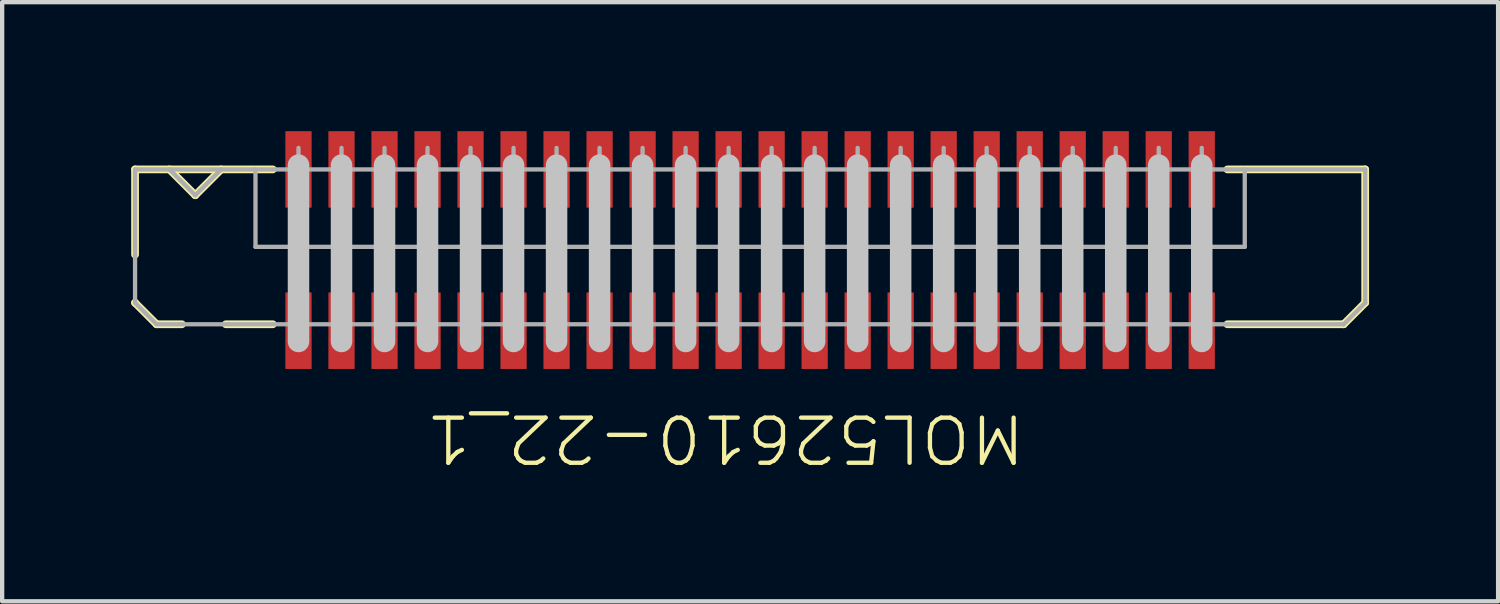
<source format=kicad_pcb>
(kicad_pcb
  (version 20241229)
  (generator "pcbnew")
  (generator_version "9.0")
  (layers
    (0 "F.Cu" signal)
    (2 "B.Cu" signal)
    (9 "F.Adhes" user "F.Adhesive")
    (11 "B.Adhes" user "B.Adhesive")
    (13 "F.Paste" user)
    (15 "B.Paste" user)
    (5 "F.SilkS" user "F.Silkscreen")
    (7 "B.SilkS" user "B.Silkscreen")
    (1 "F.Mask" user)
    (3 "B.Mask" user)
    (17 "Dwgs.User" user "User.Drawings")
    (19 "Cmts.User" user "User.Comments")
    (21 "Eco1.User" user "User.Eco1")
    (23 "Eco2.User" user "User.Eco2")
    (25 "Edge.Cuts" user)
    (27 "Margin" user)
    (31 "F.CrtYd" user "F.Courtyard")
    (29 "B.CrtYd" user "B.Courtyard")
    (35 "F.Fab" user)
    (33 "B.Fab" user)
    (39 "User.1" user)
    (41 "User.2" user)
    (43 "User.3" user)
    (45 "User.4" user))
  (footprint "MOL52610-22_1"
    (layer "F.Cu")
    (at 14.39 0.889)
    (property "Reference" "MOL52610-22_1" (at -0.577 6.251 180) (unlocked yes) (layer "F.SilkS") (effects (font (size 1.05 1.104) (thickness 0.1))))
    (attr smd)
    (fp_line (start -14.3 0) (end -11.096 0) (stroke (width 0.18) (type solid)) (layer "F.SilkS"))
    (fp_line (start -14.3 1.981) (end -14.3 0) (stroke (width 0.18) (type solid)) (layer "F.SilkS"))
    (fp_line (start -14.3 3.1) (end -14.3 3.099) (stroke (width 0.18) (type solid)) (layer "F.SilkS"))
    (fp_line (start -14.3 3.1) (end -13.8 3.6) (stroke (width 0.18) (type solid)) (layer "F.SilkS"))
    (fp_line (start -13.8 3.6) (end -13.21 3.6) (stroke (width 0.18) (type solid)) (layer "F.SilkS"))
    (fp_line (start -13.5 0) (end -12.9 0.6) (stroke (width 0.18) (type solid)) (layer "F.SilkS"))
    (fp_line (start -12.9 0.6) (end -12.3 0) (stroke (width 0.18) (type solid)) (layer "F.SilkS"))
    (fp_line (start -12.19 3.6) (end -11.096 3.6) (stroke (width 0.18) (type solid)) (layer "F.SilkS"))
    (fp_line (start 11.096 0) (end 14.3 0) (stroke (width 0.18) (type solid)) (layer "F.SilkS"))
    (fp_line (start 11.096 3.6) (end 13.8 3.6) (stroke (width 0.18) (type solid)) (layer "F.SilkS"))
    (fp_line (start 13.8 3.6) (end 14.3 3.1) (stroke (width 0.18) (type solid)) (layer "F.SilkS"))
    (fp_line (start 14.3 3.1) (end 14.3 0) (stroke (width 0.18) (type solid)) (layer "F.SilkS"))
    (fp_line (start -10.5 4) (end -10.5 -0.1) (stroke (width 0.5) (type solid)) (layer "Dwgs.User"))
    (fp_line (start -9.5 4) (end -9.5 -0.1) (stroke (width 0.5) (type solid)) (layer "Dwgs.User"))
    (fp_line (start -8.5 4) (end -8.5 -0.1) (stroke (width 0.5) (type solid)) (layer "Dwgs.User"))
    (fp_line (start -7.5 4) (end -7.5 -0.1) (stroke (width 0.5) (type solid)) (layer "Dwgs.User"))
    (fp_line (start -6.5 4) (end -6.5 -0.1) (stroke (width 0.5) (type solid)) (layer "Dwgs.User"))
    (fp_line (start -5.5 4) (end -5.5 -0.1) (stroke (width 0.5) (type solid)) (layer "Dwgs.User"))
    (fp_line (start -4.5 4) (end -4.5 -0.1) (stroke (width 0.5) (type solid)) (layer "Dwgs.User"))
    (fp_line (start -3.5 4) (end -3.5 -0.1) (stroke (width 0.5) (type solid)) (layer "Dwgs.User"))
    (fp_line (start -2.5 4) (end -2.5 -0.1) (stroke (width 0.5) (type solid)) (layer "Dwgs.User"))
    (fp_line (start -1.5 4) (end -1.5 -0.1) (stroke (width 0.5) (type solid)) (layer "Dwgs.User"))
    (fp_line (start -0.5 4) (end -0.5 -0.1) (stroke (width 0.5) (type solid)) (layer "Dwgs.User"))
    (fp_line (start 0.5 4) (end 0.5 -0.1) (stroke (width 0.5) (type solid)) (layer "Dwgs.User"))
    (fp_line (start 1.5 4) (end 1.5 -0.1) (stroke (width 0.5) (type solid)) (layer "Dwgs.User"))
    (fp_line (start 2.5 4) (end 2.5 -0.1) (stroke (width 0.5) (type solid)) (layer "Dwgs.User"))
    (fp_line (start 3.5 4) (end 3.5 -0.1) (stroke (width 0.5) (type solid)) (layer "Dwgs.User"))
    (fp_line (start 4.5 4) (end 4.5 -0.1) (stroke (width 0.5) (type solid)) (layer "Dwgs.User"))
    (fp_line (start 5.5 4) (end 5.5 -0.1) (stroke (width 0.5) (type solid)) (layer "Dwgs.User"))
    (fp_line (start 6.5 4) (end 6.5 -0.1) (stroke (width 0.5) (type solid)) (layer "Dwgs.User"))
    (fp_line (start 7.5 4) (end 7.5 -0.1) (stroke (width 0.5) (type solid)) (layer "Dwgs.User"))
    (fp_line (start 8.5 4) (end 8.5 -0.1) (stroke (width 0.5) (type solid)) (layer "Dwgs.User"))
    (fp_line (start 9.5 4) (end 9.5 -0.1) (stroke (width 0.5) (type solid)) (layer "Dwgs.User"))
    (fp_line (start 10.5 4) (end 10.5 -0.1) (stroke (width 0.5) (type solid)) (layer "Dwgs.User"))
    (fp_line (start -14.3 0) (end 14.3 0) (stroke (width 0.1) (type solid)) (layer "F.Fab"))
    (fp_line (start -14.3 3.1) (end -14.3 0) (stroke (width 0.1) (type solid)) (layer "F.Fab"))
    (fp_line (start -14.3 3.1) (end -13.8 3.6) (stroke (width 0.1) (type solid)) (layer "F.Fab"))
    (fp_line (start -13.8 3.6) (end 13.8 3.6) (stroke (width 0.1) (type solid)) (layer "F.Fab"))
    (fp_line (start -13.5 0) (end -12.9 0.6) (stroke (width 0.1) (type solid)) (layer "F.Fab"))
    (fp_line (start -12.9 0.6) (end -12.3 0) (stroke (width 0.1) (type solid)) (layer "F.Fab"))
    (fp_line (start -11.5 1.8) (end -11.5 0) (stroke (width 0.1) (type solid)) (layer "F.Fab"))
    (fp_line (start -11.5 1.8) (end 11.5 1.8) (stroke (width 0.1) (type solid)) (layer "F.Fab"))
    (fp_line (start -10.7 0.8) (end -10.3 0.8) (stroke (width 0.00003) (type solid)) (layer "F.Fab"))
    (fp_line (start -10.7 1.8) (end -10.7 0.8) (stroke (width 0.00003) (type solid)) (layer "F.Fab"))
    (fp_line (start -10.7 1.8) (end -10.3 1.8) (stroke (width 0.00003) (type solid)) (layer "F.Fab"))
    (fp_line (start -10.5 0) (end -10.5 -0.5) (stroke (width 0.1) (type solid)) (layer "F.Fab"))
    (fp_line (start -10.5 4.1) (end -10.5 3.6) (stroke (width 0.1) (type solid)) (layer "F.Fab"))
    (fp_line (start -10.3 1.8) (end -10.3 0.8) (stroke (width 0.00003) (type solid)) (layer "F.Fab"))
    (fp_line (start -9.7 0.8) (end -9.3 0.8) (stroke (width 0.00003) (type solid)) (layer "F.Fab"))
    (fp_line (start -9.7 1.8) (end -9.7 0.8) (stroke (width 0.00003) (type solid)) (layer "F.Fab"))
    (fp_line (start -9.7 1.8) (end -9.3 1.8) (stroke (width 0.00003) (type solid)) (layer "F.Fab"))
    (fp_line (start -9.5 0) (end -9.5 -0.5) (stroke (width 0.1) (type solid)) (layer "F.Fab"))
    (fp_line (start -9.5 4.1) (end -9.5 3.6) (stroke (width 0.1) (type solid)) (layer "F.Fab"))
    (fp_line (start -9.3 1.8) (end -9.3 0.8) (stroke (width 0.00003) (type solid)) (layer "F.Fab"))
    (fp_line (start -8.7 0.8) (end -8.3 0.8) (stroke (width 0.00003) (type solid)) (layer "F.Fab"))
    (fp_line (start -8.7 1.8) (end -8.7 0.8) (stroke (width 0.00003) (type solid)) (layer "F.Fab"))
    (fp_line (start -8.7 1.8) (end -8.3 1.8) (stroke (width 0.00003) (type solid)) (layer "F.Fab"))
    (fp_line (start -8.5 0) (end -8.5 -0.5) (stroke (width 0.1) (type solid)) (layer "F.Fab"))
    (fp_line (start -8.5 4.1) (end -8.5 3.6) (stroke (width 0.1) (type solid)) (layer "F.Fab"))
    (fp_line (start -8.3 1.8) (end -8.3 0.8) (stroke (width 0.00003) (type solid)) (layer "F.Fab"))
    (fp_line (start -7.7 0.8) (end -7.3 0.8) (stroke (width 0.00003) (type solid)) (layer "F.Fab"))
    (fp_line (start -7.7 1.8) (end -7.7 0.8) (stroke (width 0.00003) (type solid)) (layer "F.Fab"))
    (fp_line (start -7.7 1.8) (end -7.3 1.8) (stroke (width 0.00003) (type solid)) (layer "F.Fab"))
    (fp_line (start -7.5 0) (end -7.5 -0.5) (stroke (width 0.1) (type solid)) (layer "F.Fab"))
    (fp_line (start -7.5 4.1) (end -7.5 3.6) (stroke (width 0.1) (type solid)) (layer "F.Fab"))
    (fp_line (start -7.3 1.8) (end -7.3 0.8) (stroke (width 0.00003) (type solid)) (layer "F.Fab"))
    (fp_line (start -6.7 0.8) (end -6.3 0.8) (stroke (width 0.00003) (type solid)) (layer "F.Fab"))
    (fp_line (start -6.7 1.8) (end -6.7 0.8) (stroke (width 0.00003) (type solid)) (layer "F.Fab"))
    (fp_line (start -6.7 1.8) (end -6.3 1.8) (stroke (width 0.00003) (type solid)) (layer "F.Fab"))
    (fp_line (start -6.5 0) (end -6.5 -0.5) (stroke (width 0.1) (type solid)) (layer "F.Fab"))
    (fp_line (start -6.5 4.1) (end -6.5 3.6) (stroke (width 0.1) (type solid)) (layer "F.Fab"))
    (fp_line (start -6.3 1.8) (end -6.3 0.8) (stroke (width 0.00003) (type solid)) (layer "F.Fab"))
    (fp_line (start -5.7 0.8) (end -5.3 0.8) (stroke (width 0.00003) (type solid)) (layer "F.Fab"))
    (fp_line (start -5.7 1.8) (end -5.7 0.8) (stroke (width 0.00003) (type solid)) (layer "F.Fab"))
    (fp_line (start -5.7 1.8) (end -5.3 1.8) (stroke (width 0.00003) (type solid)) (layer "F.Fab"))
    (fp_line (start -5.5 0) (end -5.5 -0.5) (stroke (width 0.1) (type solid)) (layer "F.Fab"))
    (fp_line (start -5.5 4.1) (end -5.5 3.6) (stroke (width 0.1) (type solid)) (layer "F.Fab"))
    (fp_line (start -5.3 1.8) (end -5.3 0.8) (stroke (width 0.00003) (type solid)) (layer "F.Fab"))
    (fp_line (start -4.7 0.8) (end -4.3 0.8) (stroke (width 0.00003) (type solid)) (layer "F.Fab"))
    (fp_line (start -4.7 1.8) (end -4.7 0.8) (stroke (width 0.00003) (type solid)) (layer "F.Fab"))
    (fp_line (start -4.7 1.8) (end -4.3 1.8) (stroke (width 0.00003) (type solid)) (layer "F.Fab"))
    (fp_line (start -4.5 0) (end -4.5 -0.5) (stroke (width 0.1) (type solid)) (layer "F.Fab"))
    (fp_line (start -4.5 4.1) (end -4.5 3.6) (stroke (width 0.1) (type solid)) (layer "F.Fab"))
    (fp_line (start -4.3 1.8) (end -4.3 0.8) (stroke (width 0.00003) (type solid)) (layer "F.Fab"))
    (fp_line (start -3.7 0.8) (end -3.3 0.8) (stroke (width 0.00003) (type solid)) (layer "F.Fab"))
    (fp_line (start -3.7 1.8) (end -3.7 0.8) (stroke (width 0.00003) (type solid)) (layer "F.Fab"))
    (fp_line (start -3.7 1.8) (end -3.3 1.8) (stroke (width 0.00003) (type solid)) (layer "F.Fab"))
    (fp_line (start -3.5 0) (end -3.5 -0.5) (stroke (width 0.1) (type solid)) (layer "F.Fab"))
    (fp_line (start -3.5 4.1) (end -3.5 3.6) (stroke (width 0.1) (type solid)) (layer "F.Fab"))
    (fp_line (start -3.3 1.8) (end -3.3 0.8) (stroke (width 0.00003) (type solid)) (layer "F.Fab"))
    (fp_line (start -2.7 0.8) (end -2.3 0.8) (stroke (width 0.00003) (type solid)) (layer "F.Fab"))
    (fp_line (start -2.7 1.8) (end -2.7 0.8) (stroke (width 0.00003) (type solid)) (layer "F.Fab"))
    (fp_line (start -2.7 1.8) (end -2.3 1.8) (stroke (width 0.00003) (type solid)) (layer "F.Fab"))
    (fp_line (start -2.5 0) (end -2.5 -0.5) (stroke (width 0.1) (type solid)) (layer "F.Fab"))
    (fp_line (start -2.5 4.1) (end -2.5 3.6) (stroke (width 0.1) (type solid)) (layer "F.Fab"))
    (fp_line (start -2.3 1.8) (end -2.3 0.8) (stroke (width 0.00003) (type solid)) (layer "F.Fab"))
    (fp_line (start -1.7 0.8) (end -1.3 0.8) (stroke (width 0.00003) (type solid)) (layer "F.Fab"))
    (fp_line (start -1.7 1.8) (end -1.7 0.8) (stroke (width 0.00003) (type solid)) (layer "F.Fab"))
    (fp_line (start -1.7 1.8) (end -1.3 1.8) (stroke (width 0.00003) (type solid)) (layer "F.Fab"))
    (fp_line (start -1.5 0) (end -1.5 -0.5) (stroke (width 0.1) (type solid)) (layer "F.Fab"))
    (fp_line (start -1.5 4.1) (end -1.5 3.6) (stroke (width 0.1) (type solid)) (layer "F.Fab"))
    (fp_line (start -1.3 1.8) (end -1.3 0.8) (stroke (width 0.00003) (type solid)) (layer "F.Fab"))
    (fp_line (start -0.7 0.8) (end -0.3 0.8) (stroke (width 0.00003) (type solid)) (layer "F.Fab"))
    (fp_line (start -0.7 1.8) (end -0.7 0.8) (stroke (width 0.00003) (type solid)) (layer "F.Fab"))
    (fp_line (start -0.7 1.8) (end -0.3 1.8) (stroke (width 0.00003) (type solid)) (layer "F.Fab"))
    (fp_line (start -0.5 0) (end -0.5 -0.5) (stroke (width 0.1) (type solid)) (layer "F.Fab"))
    (fp_line (start -0.5 4.1) (end -0.5 3.6) (stroke (width 0.1) (type solid)) (layer "F.Fab"))
    (fp_line (start -0.3 1.8) (end -0.3 0.8) (stroke (width 0.00003) (type solid)) (layer "F.Fab"))
    (fp_line (start 0.3 0.8) (end 0.7 0.8) (stroke (width 0.00003) (type solid)) (layer "F.Fab"))
    (fp_line (start 0.3 1.8) (end 0.3 0.8) (stroke (width 0.00003) (type solid)) (layer "F.Fab"))
    (fp_line (start 0.3 1.8) (end 0.7 1.8) (stroke (width 0.00003) (type solid)) (layer "F.Fab"))
    (fp_line (start 0.5 0) (end 0.5 -0.5) (stroke (width 0.1) (type solid)) (layer "F.Fab"))
    (fp_line (start 0.5 4.1) (end 0.5 3.6) (stroke (width 0.1) (type solid)) (layer "F.Fab"))
    (fp_line (start 0.7 1.8) (end 0.7 0.8) (stroke (width 0.00003) (type solid)) (layer "F.Fab"))
    (fp_line (start 1.3 0.8) (end 1.7 0.8) (stroke (width 0.00003) (type solid)) (layer "F.Fab"))
    (fp_line (start 1.3 1.8) (end 1.3 0.8) (stroke (width 0.00003) (type solid)) (layer "F.Fab"))
    (fp_line (start 1.3 1.8) (end 1.7 1.8) (stroke (width 0.00003) (type solid)) (layer "F.Fab"))
    (fp_line (start 1.5 0) (end 1.5 -0.5) (stroke (width 0.1) (type solid)) (layer "F.Fab"))
    (fp_line (start 1.5 4.1) (end 1.5 3.6) (stroke (width 0.1) (type solid)) (layer "F.Fab"))
    (fp_line (start 1.7 1.8) (end 1.7 0.8) (stroke (width 0.00003) (type solid)) (layer "F.Fab"))
    (fp_line (start 2.3 0.8) (end 2.7 0.8) (stroke (width 0.00003) (type solid)) (layer "F.Fab"))
    (fp_line (start 2.3 1.8) (end 2.3 0.8) (stroke (width 0.00003) (type solid)) (layer "F.Fab"))
    (fp_line (start 2.3 1.8) (end 2.7 1.8) (stroke (width 0.00003) (type solid)) (layer "F.Fab"))
    (fp_line (start 2.5 0) (end 2.5 -0.5) (stroke (width 0.1) (type solid)) (layer "F.Fab"))
    (fp_line (start 2.5 4.1) (end 2.5 3.6) (stroke (width 0.1) (type solid)) (layer "F.Fab"))
    (fp_line (start 2.7 1.8) (end 2.7 0.8) (stroke (width 0.00003) (type solid)) (layer "F.Fab"))
    (fp_line (start 3.3 0.8) (end 3.7 0.8) (stroke (width 0.00003) (type solid)) (layer "F.Fab"))
    (fp_line (start 3.3 1.8) (end 3.3 0.8) (stroke (width 0.00003) (type solid)) (layer "F.Fab"))
    (fp_line (start 3.3 1.8) (end 3.7 1.8) (stroke (width 0.00003) (type solid)) (layer "F.Fab"))
    (fp_line (start 3.5 0) (end 3.5 -0.5) (stroke (width 0.1) (type solid)) (layer "F.Fab"))
    (fp_line (start 3.5 4.1) (end 3.5 3.6) (stroke (width 0.1) (type solid)) (layer "F.Fab"))
    (fp_line (start 3.7 1.8) (end 3.7 0.8) (stroke (width 0.00003) (type solid)) (layer "F.Fab"))
    (fp_line (start 4.3 0.8) (end 4.7 0.8) (stroke (width 0.00003) (type solid)) (layer "F.Fab"))
    (fp_line (start 4.3 1.8) (end 4.3 0.8) (stroke (width 0.00003) (type solid)) (layer "F.Fab"))
    (fp_line (start 4.3 1.8) (end 4.7 1.8) (stroke (width 0.00003) (type solid)) (layer "F.Fab"))
    (fp_line (start 4.5 0) (end 4.5 -0.5) (stroke (width 0.1) (type solid)) (layer "F.Fab"))
    (fp_line (start 4.5 4.1) (end 4.5 3.6) (stroke (width 0.1) (type solid)) (layer "F.Fab"))
    (fp_line (start 4.7 1.8) (end 4.7 0.8) (stroke (width 0.00003) (type solid)) (layer "F.Fab"))
    (fp_line (start 5.3 0.8) (end 5.7 0.8) (stroke (width 0.00003) (type solid)) (layer "F.Fab"))
    (fp_line (start 5.3 1.8) (end 5.3 0.8) (stroke (width 0.00003) (type solid)) (layer "F.Fab"))
    (fp_line (start 5.3 1.8) (end 5.7 1.8) (stroke (width 0.00003) (type solid)) (layer "F.Fab"))
    (fp_line (start 5.5 0) (end 5.5 -0.5) (stroke (width 0.1) (type solid)) (layer "F.Fab"))
    (fp_line (start 5.5 4.1) (end 5.5 3.6) (stroke (width 0.1) (type solid)) (layer "F.Fab"))
    (fp_line (start 5.7 1.8) (end 5.7 0.8) (stroke (width 0.00003) (type solid)) (layer "F.Fab"))
    (fp_line (start 6.3 0.8) (end 6.7 0.8) (stroke (width 0.00003) (type solid)) (layer "F.Fab"))
    (fp_line (start 6.3 1.8) (end 6.3 0.8) (stroke (width 0.00003) (type solid)) (layer "F.Fab"))
    (fp_line (start 6.3 1.8) (end 6.7 1.8) (stroke (width 0.00003) (type solid)) (layer "F.Fab"))
    (fp_line (start 6.5 0) (end 6.5 -0.5) (stroke (width 0.1) (type solid)) (layer "F.Fab"))
    (fp_line (start 6.5 4.1) (end 6.5 3.6) (stroke (width 0.1) (type solid)) (layer "F.Fab"))
    (fp_line (start 6.7 1.8) (end 6.7 0.8) (stroke (width 0.00003) (type solid)) (layer "F.Fab"))
    (fp_line (start 7.3 0.8) (end 7.7 0.8) (stroke (width 0.00003) (type solid)) (layer "F.Fab"))
    (fp_line (start 7.3 1.8) (end 7.3 0.8) (stroke (width 0.00003) (type solid)) (layer "F.Fab"))
    (fp_line (start 7.3 1.8) (end 7.7 1.8) (stroke (width 0.00003) (type solid)) (layer "F.Fab"))
    (fp_line (start 7.5 0) (end 7.5 -0.5) (stroke (width 0.1) (type solid)) (layer "F.Fab"))
    (fp_line (start 7.5 4.1) (end 7.5 3.6) (stroke (width 0.1) (type solid)) (layer "F.Fab"))
    (fp_line (start 7.7 1.8) (end 7.7 0.8) (stroke (width 0.00003) (type solid)) (layer "F.Fab"))
    (fp_line (start 8.3 0.8) (end 8.7 0.8) (stroke (width 0.00003) (type solid)) (layer "F.Fab"))
    (fp_line (start 8.3 1.8) (end 8.3 0.8) (stroke (width 0.00003) (type solid)) (layer "F.Fab"))
    (fp_line (start 8.3 1.8) (end 8.7 1.8) (stroke (width 0.00003) (type solid)) (layer "F.Fab"))
    (fp_line (start 8.5 0) (end 8.5 -0.5) (stroke (width 0.1) (type solid)) (layer "F.Fab"))
    (fp_line (start 8.5 4.1) (end 8.5 3.6) (stroke (width 0.1) (type solid)) (layer "F.Fab"))
    (fp_line (start 8.7 1.8) (end 8.7 0.8) (stroke (width 0.00003) (type solid)) (layer "F.Fab"))
    (fp_line (start 9.3 0.8) (end 9.7 0.8) (stroke (width 0.00003) (type solid)) (layer "F.Fab"))
    (fp_line (start 9.3 1.8) (end 9.3 0.8) (stroke (width 0.00003) (type solid)) (layer "F.Fab"))
    (fp_line (start 9.3 1.8) (end 9.7 1.8) (stroke (width 0.00003) (type solid)) (layer "F.Fab"))
    (fp_line (start 9.5 0) (end 9.5 -0.5) (stroke (width 0.1) (type solid)) (layer "F.Fab"))
    (fp_line (start 9.5 4.1) (end 9.5 3.6) (stroke (width 0.1) (type solid)) (layer "F.Fab"))
    (fp_line (start 9.7 1.8) (end 9.7 0.8) (stroke (width 0.00003) (type solid)) (layer "F.Fab"))
    (fp_line (start 10.3 0.8) (end 10.7 0.8) (stroke (width 0.00003) (type solid)) (layer "F.Fab"))
    (fp_line (start 10.3 1.8) (end 10.3 0.8) (stroke (width 0.00003) (type solid)) (layer "F.Fab"))
    (fp_line (start 10.3 1.8) (end 10.7 1.8) (stroke (width 0.00003) (type solid)) (layer "F.Fab"))
    (fp_line (start 10.5 0) (end 10.5 -0.5) (stroke (width 0.1) (type solid)) (layer "F.Fab"))
    (fp_line (start 10.5 4.1) (end 10.5 3.6) (stroke (width 0.1) (type solid)) (layer "F.Fab"))
    (fp_line (start 10.7 1.8) (end 10.7 0.8) (stroke (width 0.00003) (type solid)) (layer "F.Fab"))
    (fp_line (start 11.5 1.8) (end 11.5 0) (stroke (width 0.1) (type solid)) (layer "F.Fab"))
    (fp_line (start 13.8 3.6) (end 14.3 3.1) (stroke (width 0.1) (type solid)) (layer "F.Fab"))
    (fp_line (start 14.3 3.1) (end 14.3 0) (stroke (width 0.1) (type solid)) (layer "F.Fab"))
    (pad "1" smd rect (at -10.5 0) (size 0.61 1.778) (layers "F.Cu" "F.Mask" "F.Paste"))
    (pad "2" smd rect (at -9.5 0) (size 0.61 1.778) (layers "F.Cu" "F.Mask" "F.Paste"))
    (pad "3" smd rect (at -8.5 0) (size 0.61 1.778) (layers "F.Cu" "F.Mask" "F.Paste"))
    (pad "4" smd rect (at -7.5 0) (size 0.61 1.778) (layers "F.Cu" "F.Mask" "F.Paste"))
    (pad "5" smd rect (at -6.5 0) (size 0.61 1.778) (layers "F.Cu" "F.Mask" "F.Paste"))
    (pad "6" smd rect (at -5.5 0) (size 0.61 1.778) (layers "F.Cu" "F.Mask" "F.Paste"))
    (pad "7" smd rect (at -4.5 0) (size 0.61 1.778) (layers "F.Cu" "F.Mask" "F.Paste"))
    (pad "8" smd rect (at -3.5 0) (size 0.61 1.778) (layers "F.Cu" "F.Mask" "F.Paste"))
    (pad "9" smd rect (at -2.5 0) (size 0.61 1.778) (layers "F.Cu" "F.Mask" "F.Paste"))
    (pad "10" smd rect (at -1.5 0) (size 0.61 1.778) (layers "F.Cu" "F.Mask" "F.Paste"))
    (pad "11" smd rect (at -0.5 0) (size 0.61 1.778) (layers "F.Cu" "F.Mask" "F.Paste"))
    (pad "12" smd rect (at 0.5 0) (size 0.61 1.778) (layers "F.Cu" "F.Mask" "F.Paste"))
    (pad "13" smd rect (at 1.5 0) (size 0.61 1.778) (layers "F.Cu" "F.Mask" "F.Paste"))
    (pad "14" smd rect (at 2.5 0) (size 0.61 1.778) (layers "F.Cu" "F.Mask" "F.Paste"))
    (pad "15" smd rect (at 3.5 0) (size 0.61 1.778) (layers "F.Cu" "F.Mask" "F.Paste"))
    (pad "16" smd rect (at 4.5 0) (size 0.61 1.778) (layers "F.Cu" "F.Mask" "F.Paste"))
    (pad "17" smd rect (at 5.5 0) (size 0.61 1.778) (layers "F.Cu" "F.Mask" "F.Paste"))
    (pad "18" smd rect (at 6.5 0) (size 0.61 1.778) (layers "F.Cu" "F.Mask" "F.Paste"))
    (pad "19" smd rect (at 7.5 0) (size 0.61 1.778) (layers "F.Cu" "F.Mask" "F.Paste"))
    (pad "20" smd rect (at 8.5 0) (size 0.61 1.778) (layers "F.Cu" "F.Mask" "F.Paste"))
    (pad "21" smd rect (at 9.5 0) (size 0.61 1.778) (layers "F.Cu" "F.Mask" "F.Paste"))
    (pad "22" smd rect (at 10.5 0) (size 0.61 1.778) (layers "F.Cu" "F.Mask" "F.Paste"))
    (pad "23" smd rect (at -10.5 3.75) (size 0.61 1.778) (layers "F.Cu" "F.Mask" "F.Paste"))
    (pad "24" smd rect (at -9.5 3.75) (size 0.61 1.778) (layers "F.Cu" "F.Mask" "F.Paste"))
    (pad "25" smd rect (at -8.5 3.75) (size 0.61 1.778) (layers "F.Cu" "F.Mask" "F.Paste"))
    (pad "26" smd rect (at -7.5 3.75) (size 0.61 1.778) (layers "F.Cu" "F.Mask" "F.Paste"))
    (pad "27" smd rect (at -6.5 3.75) (size 0.61 1.778) (layers "F.Cu" "F.Mask" "F.Paste"))
    (pad "28" smd rect (at -5.5 3.75) (size 0.61 1.778) (layers "F.Cu" "F.Mask" "F.Paste"))
    (pad "29" smd rect (at -4.5 3.75) (size 0.61 1.778) (layers "F.Cu" "F.Mask" "F.Paste"))
    (pad "30" smd rect (at -3.5 3.75) (size 0.61 1.778) (layers "F.Cu" "F.Mask" "F.Paste"))
    (pad "31" smd rect (at -2.5 3.75) (size 0.61 1.778) (layers "F.Cu" "F.Mask" "F.Paste"))
    (pad "32" smd rect (at -1.5 3.75) (size 0.61 1.778) (layers "F.Cu" "F.Mask" "F.Paste"))
    (pad "33" smd rect (at -0.5 3.75) (size 0.61 1.778) (layers "F.Cu" "F.Mask" "F.Paste"))
    (pad "34" smd rect (at 0.5 3.75) (size 0.61 1.778) (layers "F.Cu" "F.Mask" "F.Paste"))
    (pad "35" smd rect (at 1.5 3.75) (size 0.61 1.778) (layers "F.Cu" "F.Mask" "F.Paste"))
    (pad "36" smd rect (at 2.5 3.75) (size 0.61 1.778) (layers "F.Cu" "F.Mask" "F.Paste"))
    (pad "37" smd rect (at 3.5 3.75) (size 0.61 1.778) (layers "F.Cu" "F.Mask" "F.Paste"))
    (pad "38" smd rect (at 4.5 3.75) (size 0.61 1.778) (layers "F.Cu" "F.Mask" "F.Paste"))
    (pad "39" smd rect (at 5.5 3.75) (size 0.61 1.778) (layers "F.Cu" "F.Mask" "F.Paste"))
    (pad "40" smd rect (at 6.5 3.75) (size 0.61 1.778) (layers "F.Cu" "F.Mask" "F.Paste"))
    (pad "41" smd rect (at 7.5 3.75) (size 0.61 1.778) (layers "F.Cu" "F.Mask" "F.Paste"))
    (pad "42" smd rect (at 8.5 3.75) (size 0.61 1.778) (layers "F.Cu" "F.Mask" "F.Paste"))
    (pad "43" smd rect (at 9.5 3.75) (size 0.61 1.778) (layers "F.Cu" "F.Mask" "F.Paste"))
    (pad "44" smd rect (at 10.5 3.75) (size 0.61 1.778) (layers "F.Cu" "F.Mask" "F.Paste")))
  (gr_rect
    (start -3 -3)
    (end 31.78 10.93)
    (stroke (width 0.1) (type default))
    (fill no)
    (layer "Edge.Cuts")))
</source>
